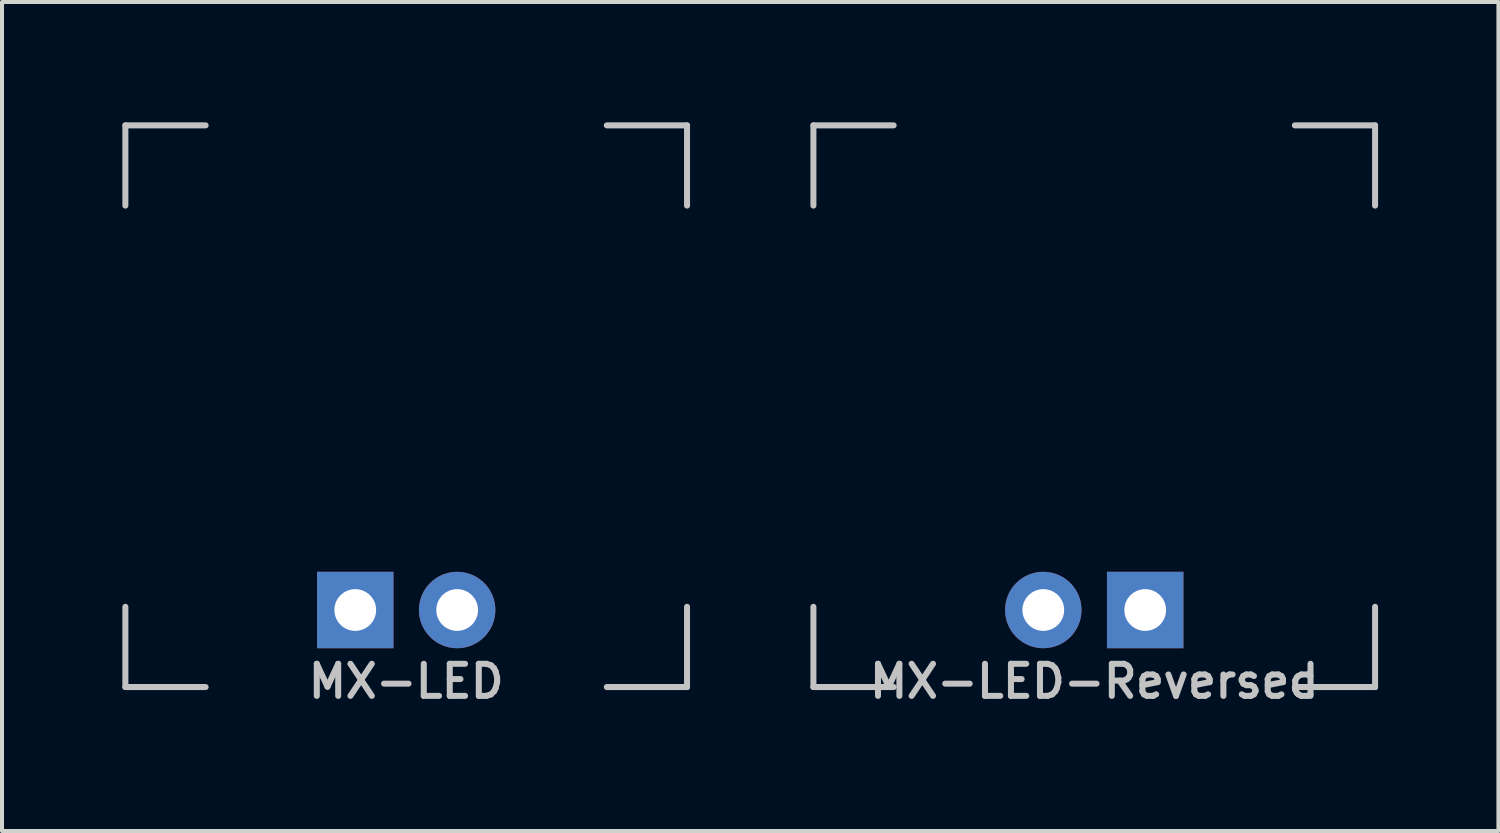
<source format=kicad_pcb>
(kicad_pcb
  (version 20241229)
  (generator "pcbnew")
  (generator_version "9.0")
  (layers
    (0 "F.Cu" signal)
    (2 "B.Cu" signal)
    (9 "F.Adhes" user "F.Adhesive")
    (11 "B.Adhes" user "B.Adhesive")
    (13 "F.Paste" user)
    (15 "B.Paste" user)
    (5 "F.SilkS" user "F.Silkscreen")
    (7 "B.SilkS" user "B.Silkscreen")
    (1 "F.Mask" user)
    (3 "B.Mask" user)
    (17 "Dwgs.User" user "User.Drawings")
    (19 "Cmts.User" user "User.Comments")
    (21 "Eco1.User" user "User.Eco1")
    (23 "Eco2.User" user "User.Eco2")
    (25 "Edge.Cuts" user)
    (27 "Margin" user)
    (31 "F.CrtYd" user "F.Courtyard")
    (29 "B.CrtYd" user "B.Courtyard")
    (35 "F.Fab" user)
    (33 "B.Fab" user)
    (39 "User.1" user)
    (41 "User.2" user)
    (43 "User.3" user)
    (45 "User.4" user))
  (footprint "MX-LED"
    (layer "F.Cu")
    (at 7.075 7.075)
    (property "Reference" "MX-LED" (at 0 6.858 0) (layer "Dwgs.User") (effects (font (size 0.8 0.8) (thickness 0.15))))
    (attr through_hole)
    (fp_line (start -7 -7) (end -7 -5) (stroke (width 0.15) (type solid)) (layer "Dwgs.User"))
    (fp_line (start -7 5) (end -7 7) (stroke (width 0.15) (type solid)) (layer "Dwgs.User"))
    (fp_line (start -7 7) (end -5 7) (stroke (width 0.15) (type solid)) (layer "Dwgs.User"))
    (fp_line (start -5 -7) (end -7 -7) (stroke (width 0.15) (type solid)) (layer "Dwgs.User"))
    (fp_line (start 5 -7) (end 7 -7) (stroke (width 0.15) (type solid)) (layer "Dwgs.User"))
    (fp_line (start 5 7) (end 7 7) (stroke (width 0.15) (type solid)) (layer "Dwgs.User"))
    (fp_line (start 7 -7) (end 7 -5) (stroke (width 0.15) (type solid)) (layer "Dwgs.User"))
    (fp_line (start 7 7) (end 7 5) (stroke (width 0.15) (type solid)) (layer "Dwgs.User"))
    (pad "1" thru_hole rect (at -1.27 5.08) (size 1.905 1.905) (drill 1.04) (layers "*.Cu" "*.Mask"))
    (pad "2" thru_hole circle (at 1.27 5.08) (size 1.905 1.905) (drill 1.04) (layers "*.Cu" "*.Mask")))
  (footprint "MX-LED-Reversed"
    (layer "F.Cu")
    (at 24.225 7.075)
    (property "Reference" "MX-LED-Reversed" (at 0 6.858 0) (layer "Dwgs.User") (effects (font (size 0.8 0.8) (thickness 0.15))))
    (attr through_hole)
    (fp_line (start -7 -7) (end -7 -5) (stroke (width 0.15) (type solid)) (layer "Dwgs.User"))
    (fp_line (start -7 5) (end -7 7) (stroke (width 0.15) (type solid)) (layer "Dwgs.User"))
    (fp_line (start -7 7) (end -5 7) (stroke (width 0.15) (type solid)) (layer "Dwgs.User"))
    (fp_line (start -5 -7) (end -7 -7) (stroke (width 0.15) (type solid)) (layer "Dwgs.User"))
    (fp_line (start 5 -7) (end 7 -7) (stroke (width 0.15) (type solid)) (layer "Dwgs.User"))
    (fp_line (start 5 7) (end 7 7) (stroke (width 0.15) (type solid)) (layer "Dwgs.User"))
    (fp_line (start 7 -7) (end 7 -5) (stroke (width 0.15) (type solid)) (layer "Dwgs.User"))
    (fp_line (start 7 7) (end 7 5) (stroke (width 0.15) (type solid)) (layer "Dwgs.User"))
    (pad "1" thru_hole rect (at 1.27 5.08) (size 1.905 1.905) (drill 1.04) (layers "*.Cu" "*.Mask"))
    (pad "2" thru_hole circle (at -1.27 5.08) (size 1.905 1.905) (drill 1.04) (layers "*.Cu" "*.Mask")))
  (gr_rect
    (start -3 -3)
    (end 34.3 17.664)
    (stroke (width 0.1) (type default))
    (fill no)
    (layer "Edge.Cuts")))
</source>
